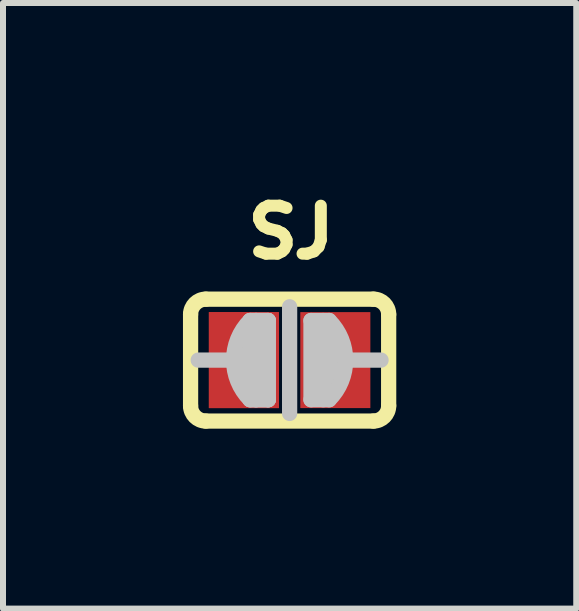
<source format=kicad_pcb>
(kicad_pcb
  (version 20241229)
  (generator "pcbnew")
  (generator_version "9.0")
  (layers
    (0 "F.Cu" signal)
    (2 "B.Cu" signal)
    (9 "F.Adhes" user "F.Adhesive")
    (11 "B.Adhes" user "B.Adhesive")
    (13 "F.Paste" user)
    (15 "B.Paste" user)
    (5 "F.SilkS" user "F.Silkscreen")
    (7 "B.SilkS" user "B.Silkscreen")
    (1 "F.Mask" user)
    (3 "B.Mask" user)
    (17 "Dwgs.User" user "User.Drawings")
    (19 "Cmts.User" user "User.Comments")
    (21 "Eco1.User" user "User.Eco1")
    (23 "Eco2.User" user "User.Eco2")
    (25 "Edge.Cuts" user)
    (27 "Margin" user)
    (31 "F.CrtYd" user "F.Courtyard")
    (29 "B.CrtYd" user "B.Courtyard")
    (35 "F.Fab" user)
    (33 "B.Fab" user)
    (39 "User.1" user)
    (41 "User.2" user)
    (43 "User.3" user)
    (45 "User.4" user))
  (footprint "SJ"
    (layer "F.Cu")
    (at 1.778 2.953)
    (property "Reference" "SJ" (at 0.025 -2.134 0) (layer "F.SilkS") (effects (font (size 0.8 0.8) (thickness 0.2))))
    (attr smd)
    (fp_line (start -1.651 0.762) (end -1.651 -0.762) (stroke (width 0.254) (type solid)) (layer "F.SilkS"))
    (fp_line (start -1.397 -1.016) (end 1.397 -1.016) (stroke (width 0.254) (type solid)) (layer "F.SilkS"))
    (fp_line (start 1.397 1.016) (end -1.397 1.016) (stroke (width 0.254) (type solid)) (layer "F.SilkS"))
    (fp_line (start 1.651 0.762) (end 1.651 -0.762) (stroke (width 0.254) (type solid)) (layer "F.SilkS"))
    (fp_arc (start -1.651 -0.762) (mid -1.576605 -0.941605) (end -1.397 -1.016) (stroke (width 0.254) (type solid)) (layer "F.SilkS"))
    (fp_arc (start -1.397 1.016) (mid -1.576605 0.941605) (end -1.651 0.762) (stroke (width 0.254) (type solid)) (layer "F.SilkS"))
    (fp_arc (start 1.397 -1.016) (mid 1.576605 -0.941605) (end 1.651 -0.762) (stroke (width 0.254) (type solid)) (layer "F.SilkS"))
    (fp_arc (start 1.651 0.762) (mid 1.576605 0.941605) (end 1.397 1.016) (stroke (width 0.254) (type solid)) (layer "F.SilkS"))
    (fp_line (start -1.016 0) (end -1.524 0) (stroke (width 0.254) (type solid)) (layer "Dwgs.User"))
    (fp_line (start -0.711 0.559) (end -0.711 -0.457) (stroke (width 0.254) (type solid)) (layer "Dwgs.User"))
    (fp_line (start -0.711 0.559) (end -0.711 -0.457) (stroke (width 0.254) (type solid)) (layer "Dwgs.User"))
    (fp_line (start -0.66 -0.66) (end -0.356 -0.66) (stroke (width 0.254) (type solid)) (layer "Dwgs.User"))
    (fp_line (start -0.66 -0.66) (end -0.356 -0.66) (stroke (width 0.254) (type solid)) (layer "Dwgs.User"))
    (fp_line (start -0.559 0.66) (end -0.559 -0.66) (stroke (width 0.254) (type solid)) (layer "Dwgs.User"))
    (fp_line (start -0.559 0.66) (end -0.559 -0.66) (stroke (width 0.254) (type solid)) (layer "Dwgs.User"))
    (fp_line (start -0.356 -0.66) (end -0.356 0.66) (stroke (width 0.254) (type solid)) (layer "Dwgs.User"))
    (fp_line (start -0.356 -0.66) (end -0.356 0.66) (stroke (width 0.254) (type solid)) (layer "Dwgs.User"))
    (fp_line (start -0.356 0.66) (end -0.66 0.66) (stroke (width 0.254) (type solid)) (layer "Dwgs.User"))
    (fp_line (start -0.356 0.66) (end -0.66 0.66) (stroke (width 0.254) (type solid)) (layer "Dwgs.User"))
    (fp_line (start 0 -0.889) (end 0 0.889) (stroke (width 0.254) (type solid)) (layer "Dwgs.User"))
    (fp_line (start 0.356 -0.66) (end 0.356 0.66) (stroke (width 0.254) (type solid)) (layer "Dwgs.User"))
    (fp_line (start 0.356 -0.66) (end 0.66 -0.66) (stroke (width 0.254) (type solid)) (layer "Dwgs.User"))
    (fp_line (start 0.356 0.66) (end 0.66 0.66) (stroke (width 0.254) (type solid)) (layer "Dwgs.User"))
    (fp_line (start 0.559 -0.66) (end 0.559 0.66) (stroke (width 0.254) (type solid)) (layer "Dwgs.User"))
    (fp_line (start 0.737 0.508) (end 0.737 -0.508) (stroke (width 0.254) (type solid)) (layer "Dwgs.User"))
    (fp_line (start 1.016 0) (end 1.524 0) (stroke (width 0.254) (type solid)) (layer "Dwgs.User"))
    (fp_arc (start -0.6604 0.6604) (mid -0.933947 0) (end -0.6604 -0.6604) (stroke (width 0.254) (type solid)) (layer "Dwgs.User"))
    (fp_arc (start 0.6604 -0.6604) (mid 0.933947 0) (end 0.6604 0.6604) (stroke (width 0.254) (type solid)) (layer "Dwgs.User"))
    (pad "1" smd rect (at -0.762 0) (size 1.168 1.6) (layers "F.Cu" "F.Mask"))
    (pad "1" smd rect (at -0.762 0) (size 1.168 1.6) (layers "F.Cu" "F.Mask"))
    (pad "2" smd rect (at 0.762 0) (size 1.168 1.6) (layers "F.Cu" "F.Mask")))
  (gr_rect
    (start -3 -3)
    (end 6.556 7.096)
    (stroke (width 0.1) (type default))
    (fill no)
    (layer "Edge.Cuts")))
</source>
